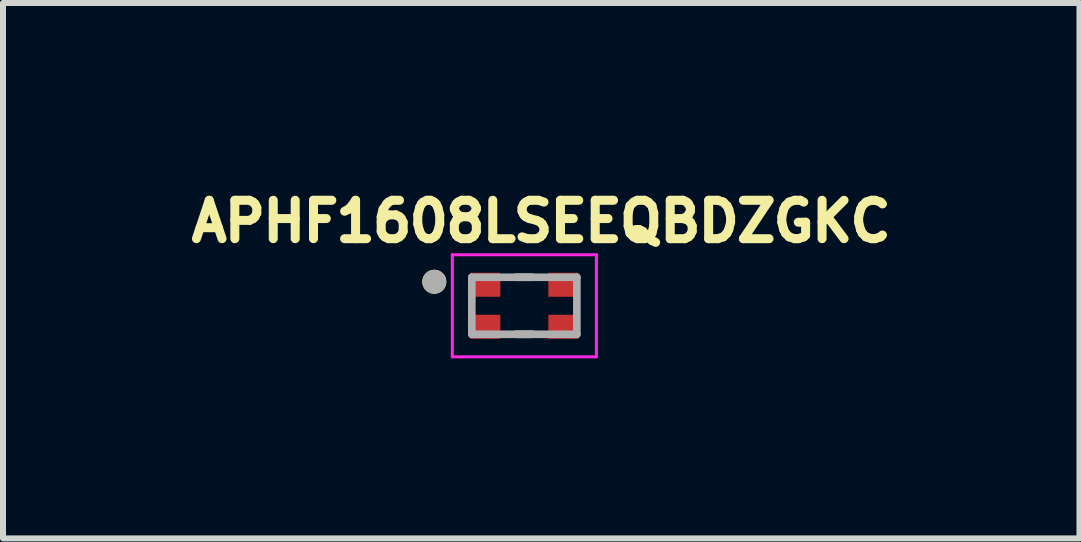
<source format=kicad_pcb>
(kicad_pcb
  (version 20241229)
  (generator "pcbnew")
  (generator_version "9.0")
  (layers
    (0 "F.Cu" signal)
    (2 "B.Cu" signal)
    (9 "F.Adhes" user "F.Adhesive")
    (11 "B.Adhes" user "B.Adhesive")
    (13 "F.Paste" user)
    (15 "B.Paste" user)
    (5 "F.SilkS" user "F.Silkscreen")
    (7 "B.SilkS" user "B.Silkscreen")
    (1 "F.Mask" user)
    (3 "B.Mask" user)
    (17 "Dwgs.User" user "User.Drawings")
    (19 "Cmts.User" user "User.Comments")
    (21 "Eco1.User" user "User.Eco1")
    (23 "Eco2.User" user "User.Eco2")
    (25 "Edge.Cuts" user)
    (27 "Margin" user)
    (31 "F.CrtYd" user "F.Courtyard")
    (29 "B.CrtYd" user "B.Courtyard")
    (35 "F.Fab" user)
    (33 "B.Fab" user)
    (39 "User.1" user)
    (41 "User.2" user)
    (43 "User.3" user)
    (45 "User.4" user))
  (footprint "APHF1608LSEEQBDZGKC"
    (layer "F.Cu")
    (at 5.685 2.044)
    (property "Reference" "APHF1608LSEEQBDZGKC" (at 0.282 -1.406 0) (layer "F.SilkS") (effects (font (size 0.64 0.64) (thickness 0.15))))
    (attr through_hole)
    (fp_line (start -0.137 -0.475) (end 0.137 -0.475) (stroke (width 0.127) (type solid)) (layer "F.SilkS"))
    (fp_line (start -0.137 0.475) (end 0.137 0.475) (stroke (width 0.127) (type solid)) (layer "F.SilkS"))
    (fp_circle (center -1.5 -0.4) (end -1.4 -0.4) (stroke (width 0.2) (type solid)) (fill no) (layer "F.SilkS"))
    (fp_line (start -1.2 -0.85) (end 1.2 -0.85) (stroke (width 0.05) (type solid)) (layer "F.CrtYd"))
    (fp_line (start -1.2 0.85) (end -1.2 -0.85) (stroke (width 0.05) (type solid)) (layer "F.CrtYd"))
    (fp_line (start 1.2 -0.85) (end 1.2 0.85) (stroke (width 0.05) (type solid)) (layer "F.CrtYd"))
    (fp_line (start 1.2 0.85) (end -1.2 0.85) (stroke (width 0.05) (type solid)) (layer "F.CrtYd"))
    (fp_line (start -0.875 -0.475) (end 0.875 -0.475) (stroke (width 0.127) (type solid)) (layer "F.Fab"))
    (fp_line (start -0.875 0.475) (end -0.875 -0.475) (stroke (width 0.127) (type solid)) (layer "F.Fab"))
    (fp_line (start 0.875 -0.475) (end 0.875 0.475) (stroke (width 0.127) (type solid)) (layer "F.Fab"))
    (fp_line (start 0.875 0.475) (end -0.875 0.475) (stroke (width 0.127) (type solid)) (layer "F.Fab"))
    (fp_circle (center -1.5 -0.4) (end -1.4 -0.4) (stroke (width 0.2) (type solid)) (fill no) (layer "F.Fab"))
    (pad "1" smd rect (at -0.65 -0.35) (size 0.5 0.4) (layers "F.Cu" "F.Mask" "F.Paste"))
    (pad "2" smd rect (at -0.65 0.35) (size 0.5 0.4) (layers "F.Cu" "F.Mask" "F.Paste"))
    (pad "3" smd rect (at 0.65 0.35) (size 0.5 0.4) (layers "F.Cu" "F.Mask" "F.Paste"))
    (pad "4" smd rect (at 0.65 -0.35) (size 0.5 0.4) (layers "F.Cu" "F.Mask" "F.Paste")))
  (gr_rect
    (start -3 -3)
    (end 14.933 5.919)
    (stroke (width 0.1) (type default))
    (fill no)
    (layer "Edge.Cuts")))
</source>
